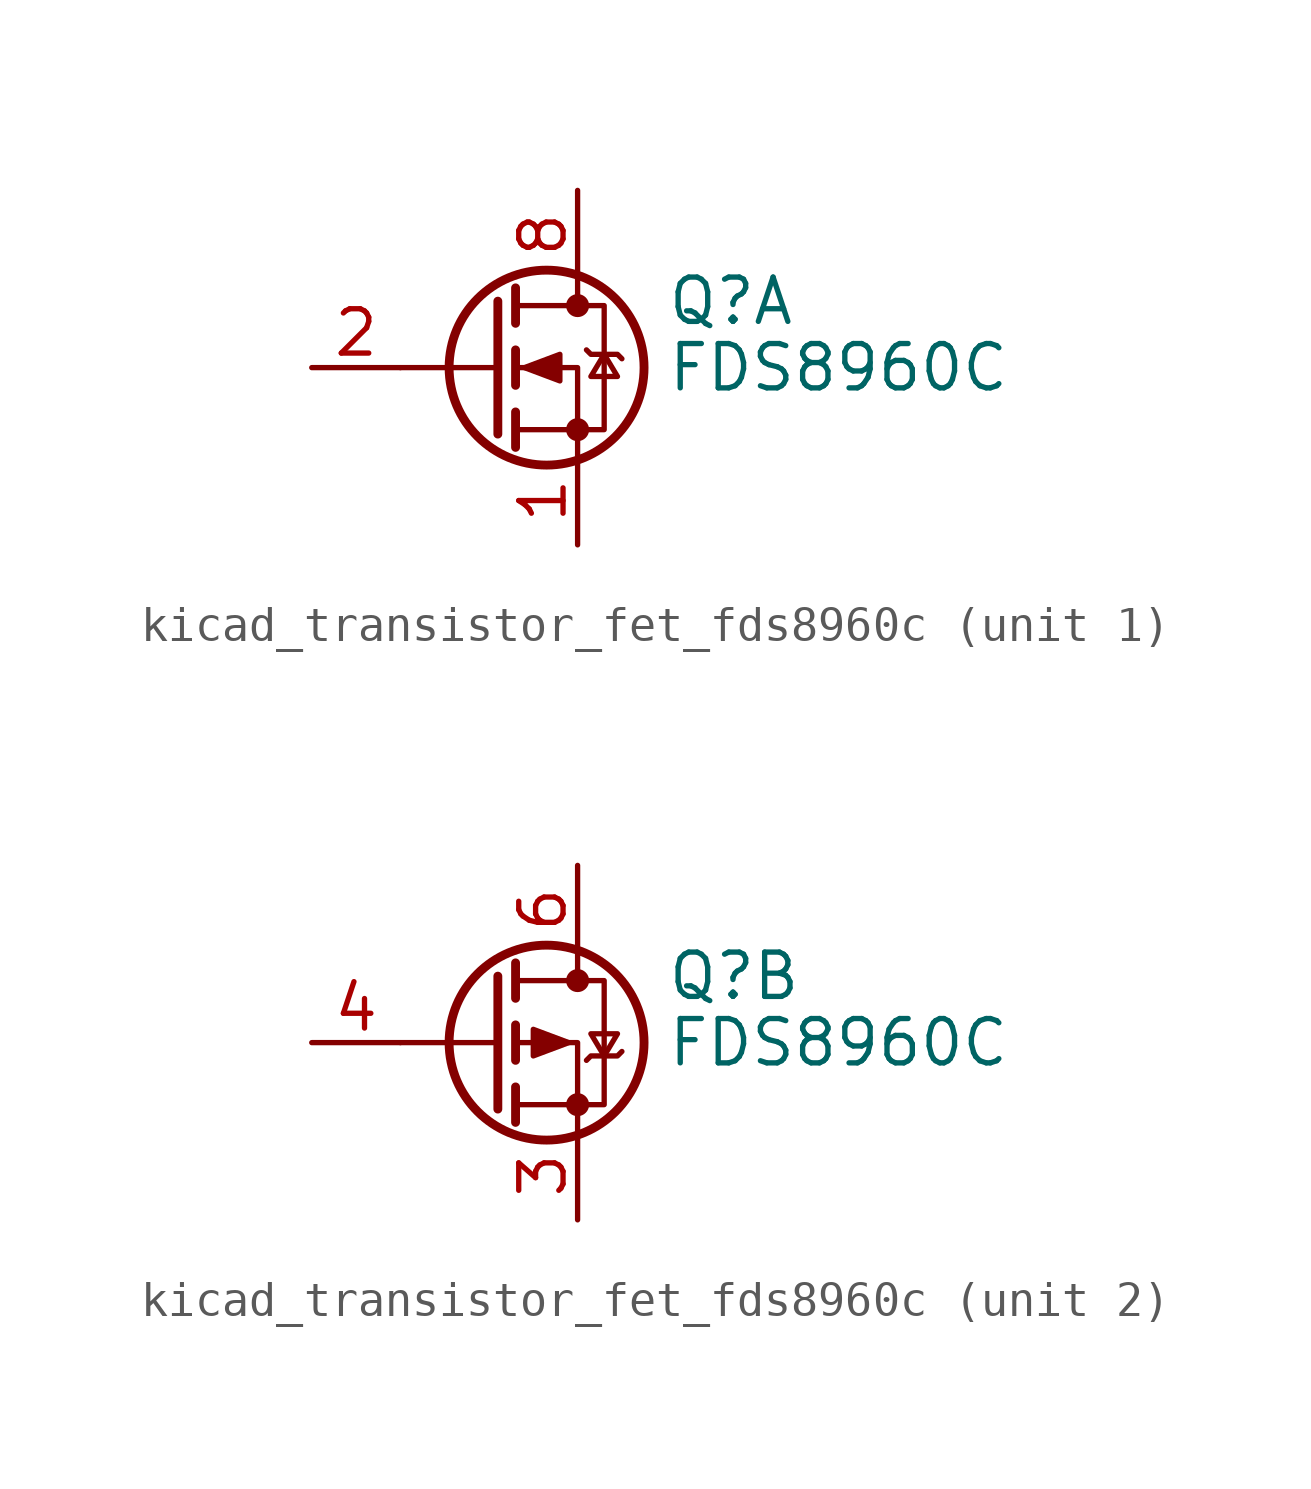
<source format=kicad_sym>
(kicad_symbol_lib
  (version 20220914)
  (generator kicad_symbol_editor)
  (symbol "kicad_transistor_fet_fds8960c"
    (pin_names hide)
    (property "Reference" "Q"
      (at 5.08 1.905 0)
      (effects (font (size 1.27 1.27)) (justify left)))
    (property "Value" "FDS8960C"
      (at 5.08 0 0)
      (effects (font (size 1.27 1.27)) (justify left)))
    (symbol "kicad_transistor_fet_fds8960c_0_1"
      (polyline (pts (xy 0.254 0) (xy -2.54 0)) (stroke (width 0) (type default)) (fill (type none)))
      (polyline (pts (xy 0.254 1.905) (xy 0.254 -1.905)) (stroke (width 0.254) (type default)) (fill (type none)))
      (polyline (pts (xy 0.762 -1.27) (xy 0.762 -2.286)) (stroke (width 0.254) (type default)) (fill (type none)))
      (polyline (pts (xy 0.762 0.508) (xy 0.762 -0.508)) (stroke (width 0.254) (type default)) (fill (type none)))
      (polyline (pts (xy 0.762 2.286) (xy 0.762 1.27)) (stroke (width 0.254) (type default)) (fill (type none)))
      (polyline (pts (xy 2.54 2.54) (xy 2.54 1.778)) (stroke (width 0) (type default)) (fill (type none)))
      (polyline (pts (xy 2.54 -2.54) (xy 2.54 0) (xy 0.762 0)) (stroke (width 0) (type default)) (fill (type none)))
      (polyline (pts (xy 0.762 -1.778) (xy 3.302 -1.778) (xy 3.302 1.778) (xy 0.762 1.778)) (stroke (width 0) (type default)) (fill (type none)))
      (circle (center 1.651 0) (radius 2.794) (stroke (width 0.254) (type default)) (fill (type none)))
      (circle (center 2.54 -1.778) (radius 0.254) (stroke (width 0) (type default)) (fill (type outline)))
      (circle (center 2.54 1.778) (radius 0.254) (stroke (width 0) (type default)) (fill (type outline))))
    (symbol "kicad_transistor_fet_fds8960c_1_1"
      (polyline (pts (xy 1.016 0) (xy 2.032 0.381) (xy 2.032 -0.381) (xy 1.016 0)) (stroke (width 0) (type default)) (fill (type outline)))
      (polyline (pts (xy 2.794 0.508) (xy 2.921 0.381) (xy 3.683 0.381) (xy 3.81 0.254)) (stroke (width 0) (type default)) (fill (type none)))
      (polyline (pts (xy 3.302 0.381) (xy 2.921 -0.254) (xy 3.683 -0.254) (xy 3.302 0.381)) (stroke (width 0) (type default)) (fill (type none)))
      (pin passive line (at 2.54 -5.08 90) (length 2.54) (name "S" (effects (font (size 1.27 1.27)))) (number "1" (effects (font (size 1.27 1.27)))))
      (pin input line (at -5.08 0 0) (length 2.54) (name "G" (effects (font (size 1.27 1.27)))) (number "2" (effects (font (size 1.27 1.27)))))
      (pin passive line (at 2.54 5.08 270) (length 2.54) hide (name "D" (effects (font (size 1.27 1.27)))) (number "7" (effects (font (size 1.27 1.27)))))
      (pin passive line (at 2.54 5.08 270) (length 2.54) (name "D" (effects (font (size 1.27 1.27)))) (number "8" (effects (font (size 1.27 1.27))))))
    (symbol "kicad_transistor_fet_fds8960c_2_1"
      (polyline (pts (xy 2.286 0) (xy 1.27 0.381) (xy 1.27 -0.381) (xy 2.286 0)) (stroke (width 0) (type default)) (fill (type outline)))
      (polyline (pts (xy 2.794 -0.508) (xy 2.921 -0.381) (xy 3.683 -0.381) (xy 3.81 -0.254)) (stroke (width 0) (type default)) (fill (type none)))
      (polyline (pts (xy 3.302 -0.381) (xy 2.921 0.254) (xy 3.683 0.254) (xy 3.302 -0.381)) (stroke (width 0) (type default)) (fill (type none)))
      (pin passive line (at 2.54 -5.08 90) (length 2.54) (name "1" (effects (font (size 1.27 1.27)))) (number "3" (effects (font (size 1.27 1.27)))))
      (pin input line (at -5.08 0 0) (length 2.54) (name "G" (effects (font (size 1.27 1.27)))) (number "4" (effects (font (size 1.27 1.27)))))
      (pin passive line (at 2.54 5.08 270) (length 2.54) hide (name "D" (effects (font (size 1.27 1.27)))) (number "5" (effects (font (size 1.27 1.27)))))
      (pin passive line (at 2.54 5.08 270) (length 2.54) (name "D" (effects (font (size 1.27 1.27)))) (number "6" (effects (font (size 1.27 1.27))))))))
</source>
